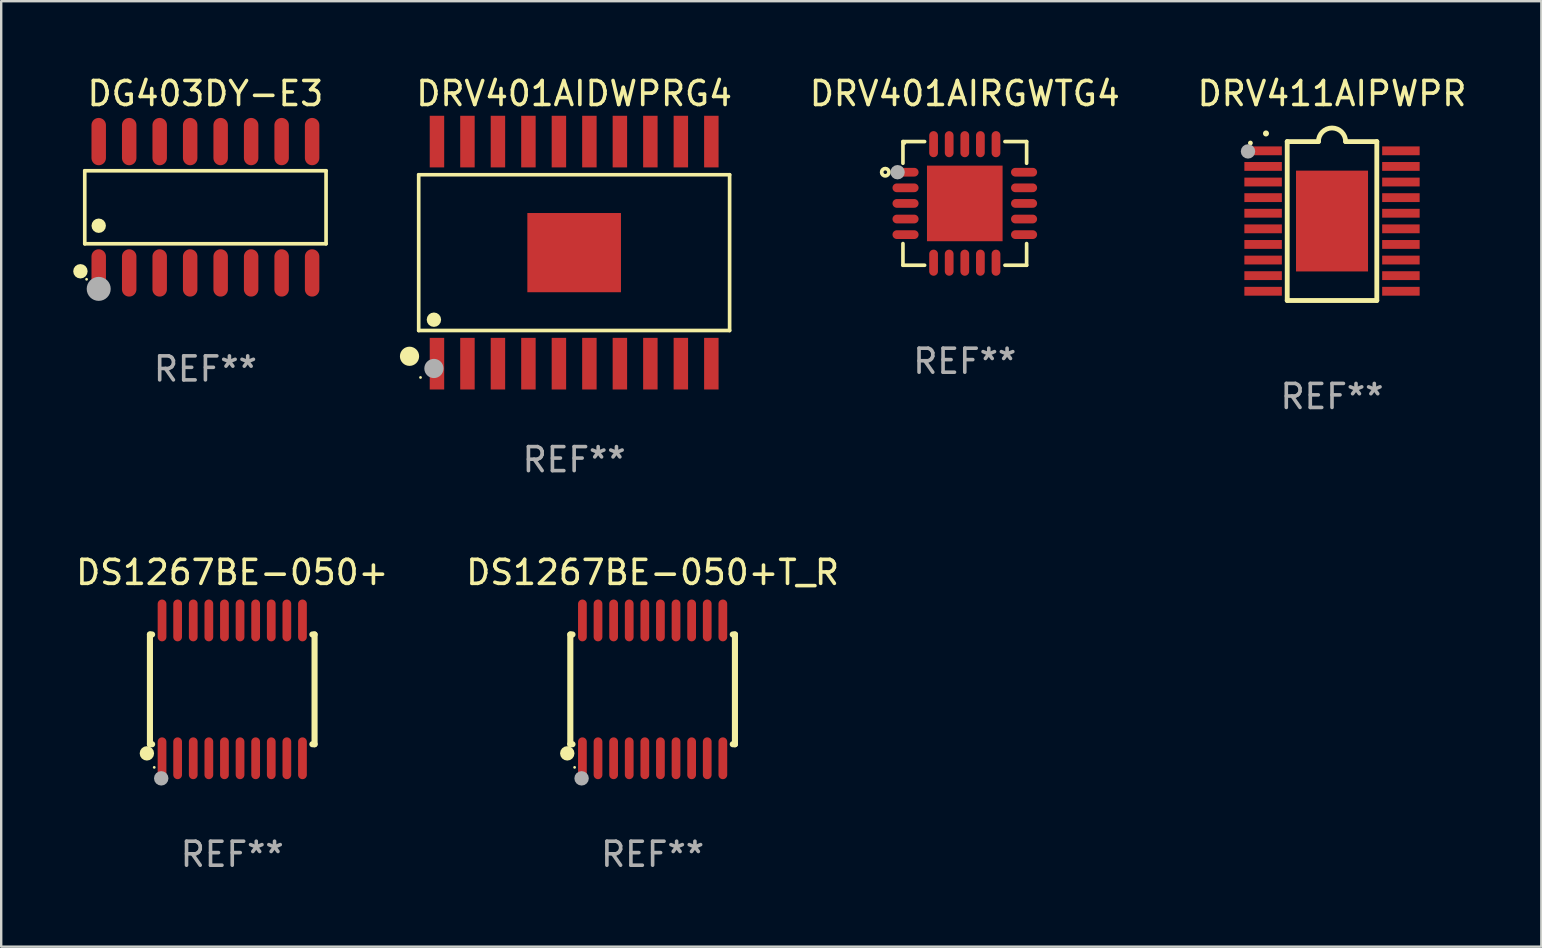
<source format=kicad_pcb>
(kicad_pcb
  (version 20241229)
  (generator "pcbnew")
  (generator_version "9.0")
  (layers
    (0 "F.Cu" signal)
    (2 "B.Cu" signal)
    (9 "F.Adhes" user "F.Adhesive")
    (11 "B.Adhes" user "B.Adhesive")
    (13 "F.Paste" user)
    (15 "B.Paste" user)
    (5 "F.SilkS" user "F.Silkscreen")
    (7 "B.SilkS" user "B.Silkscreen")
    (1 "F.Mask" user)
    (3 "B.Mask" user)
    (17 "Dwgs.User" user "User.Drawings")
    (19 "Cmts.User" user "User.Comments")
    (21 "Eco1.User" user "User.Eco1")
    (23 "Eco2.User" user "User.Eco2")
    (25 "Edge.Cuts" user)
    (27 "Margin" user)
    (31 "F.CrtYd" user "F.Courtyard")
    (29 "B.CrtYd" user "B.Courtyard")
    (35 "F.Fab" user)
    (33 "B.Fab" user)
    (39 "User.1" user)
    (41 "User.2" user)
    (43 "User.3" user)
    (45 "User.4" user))
  (footprint "DRV401AIDWPRG4"
    (layer "F.Cu")
    (at 20.868 7.474)
    (property "Reference" "DRV401AIDWPRG4" (at 0 -6.626 0) (layer "F.SilkS") (effects (font (size 1 1) (thickness 0.15))))
    (attr through_hole)
    (fp_line (start -6.476 -3.245) (end 6.476 -3.245) (stroke (width 0.152) (type solid)) (layer "F.SilkS"))
    (fp_line (start -6.476 3.245) (end -6.476 -3.245) (stroke (width 0.152) (type solid)) (layer "F.SilkS"))
    (fp_line (start 6.476 -3.245) (end 6.476 3.245) (stroke (width 0.152) (type solid)) (layer "F.SilkS"))
    (fp_line (start 6.476 3.245) (end -6.476 3.245) (stroke (width 0.152) (type solid)) (layer "F.SilkS"))
    (fp_circle (center -6.858 4.318) (end -6.658 4.318) (stroke (width 0.4) (type solid)) (fill no) (layer "F.SilkS"))
    (fp_circle (center -6.4 5.2) (end -6.37 5.2) (stroke (width 0.06) (type solid)) (fill no) (layer "F.SilkS"))
    (fp_circle (center -5.842 2.794) (end -5.692 2.794) (stroke (width 0.3) (type solid)) (fill no) (layer "F.SilkS"))
    (fp_circle (center -5.842 4.826) (end -5.642 4.826) (stroke (width 0.4) (type solid)) (fill no) (layer "F.Fab"))
    (fp_text user "REF**" (at 0 8.626 0) (layer "F.Fab") (effects (font (size 1 1) (thickness 0.15))))
    (pad "1" smd rect (at -5.715 4.626) (size 0.602 2.151) (layers "F.Cu" "F.Mask" "F.Paste"))
    (pad "2" smd rect (at -4.445 4.626) (size 0.602 2.151) (layers "F.Cu" "F.Mask" "F.Paste"))
    (pad "3" smd rect (at -3.175 4.626) (size 0.602 2.151) (layers "F.Cu" "F.Mask" "F.Paste"))
    (pad "4" smd rect (at -1.905 4.626) (size 0.602 2.151) (layers "F.Cu" "F.Mask" "F.Paste"))
    (pad "5" smd rect (at -0.635 4.626) (size 0.602 2.151) (layers "F.Cu" "F.Mask" "F.Paste"))
    (pad "6" smd rect (at 0.635 4.626) (size 0.602 2.151) (layers "F.Cu" "F.Mask" "F.Paste"))
    (pad "7" smd rect (at 1.905 4.626) (size 0.602 2.151) (layers "F.Cu" "F.Mask" "F.Paste"))
    (pad "8" smd rect (at 3.175 4.626) (size 0.602 2.151) (layers "F.Cu" "F.Mask" "F.Paste"))
    (pad "9" smd rect (at 4.445 4.626) (size 0.602 2.151) (layers "F.Cu" "F.Mask" "F.Paste"))
    (pad "10" smd rect (at 5.715 4.626) (size 0.602 2.151) (layers "F.Cu" "F.Mask" "F.Paste"))
    (pad "11" smd rect (at 5.715 -4.626) (size 0.602 2.151) (layers "F.Cu" "F.Mask" "F.Paste"))
    (pad "12" smd rect (at 4.445 -4.626) (size 0.602 2.151) (layers "F.Cu" "F.Mask" "F.Paste"))
    (pad "13" smd rect (at 3.175 -4.626) (size 0.602 2.151) (layers "F.Cu" "F.Mask" "F.Paste"))
    (pad "14" smd rect (at 1.905 -4.626) (size 0.602 2.151) (layers "F.Cu" "F.Mask" "F.Paste"))
    (pad "15" smd rect (at 0.635 -4.626) (size 0.602 2.151) (layers "F.Cu" "F.Mask" "F.Paste"))
    (pad "16" smd rect (at -0.635 -4.626) (size 0.602 2.151) (layers "F.Cu" "F.Mask" "F.Paste"))
    (pad "17" smd rect (at -1.905 -4.626) (size 0.602 2.151) (layers "F.Cu" "F.Mask" "F.Paste"))
    (pad "18" smd rect (at -3.175 -4.626) (size 0.602 2.151) (layers "F.Cu" "F.Mask" "F.Paste"))
    (pad "19" smd rect (at -4.445 -4.626) (size 0.602 2.151) (layers "F.Cu" "F.Mask" "F.Paste"))
    (pad "20" smd rect (at -5.715 -4.626) (size 0.602 2.151) (layers "F.Cu" "F.Mask" "F.Paste"))
    (pad "21" smd rect (at 0 0 90) (size 3.3 3.9) (layers "F.Cu" "F.Mask" "F.Paste")))
  (footprint "DS1267BE-050+T_R"
    (layer "F.Cu")
    (at 24.137 25.667)
    (property "Reference" "DS1267BE-050+T_R" (at 0 -4.871 0) (layer "F.SilkS") (effects (font (size 1 1) (thickness 0.15))))
    (attr through_hole)
    (fp_line (start -3.429 -2.286) (end -3.429 2.286) (stroke (width 0.254) (type solid)) (layer "F.SilkS"))
    (fp_line (start -3.429 2.286) (end -3.338 2.286) (stroke (width 0.254) (type solid)) (layer "F.SilkS"))
    (fp_line (start -3.338 -2.286) (end -3.429 -2.286) (stroke (width 0.254) (type solid)) (layer "F.SilkS"))
    (fp_line (start 3.338 -2.286) (end 3.429 -2.286) (stroke (width 0.254) (type solid)) (layer "F.SilkS"))
    (fp_line (start 3.429 -2.286) (end 3.429 2.286) (stroke (width 0.254) (type solid)) (layer "F.SilkS"))
    (fp_line (start 3.429 2.286) (end 3.338 2.286) (stroke (width 0.254) (type solid)) (layer "F.SilkS"))
    (fp_circle (center -3.556 2.667) (end -3.406 2.667) (stroke (width 0.3) (type solid)) (fill no) (layer "F.SilkS"))
    (fp_circle (center -3.25 3.25) (end -3.22 3.25) (stroke (width 0.06) (type solid)) (fill no) (layer "F.SilkS"))
    (fp_circle (center -2.959 3.707) (end -2.808 3.707) (stroke (width 0.3) (type solid)) (fill no) (layer "F.Fab"))
    (fp_text user "REF**" (at 0 6.871 0) (layer "F.Fab") (effects (font (size 1 1) (thickness 0.15))))
    (pad "1" smd oval (at -2.925 2.871) (size 0.364 1.742) (layers "F.Cu" "F.Mask" "F.Paste"))
    (pad "2" smd oval (at -2.275 2.871) (size 0.364 1.742) (layers "F.Cu" "F.Mask" "F.Paste"))
    (pad "3" smd oval (at -1.625 2.871) (size 0.364 1.742) (layers "F.Cu" "F.Mask" "F.Paste"))
    (pad "4" smd oval (at -0.975 2.871) (size 0.364 1.742) (layers "F.Cu" "F.Mask" "F.Paste"))
    (pad "5" smd oval (at -0.325 2.871) (size 0.364 1.742) (layers "F.Cu" "F.Mask" "F.Paste"))
    (pad "6" smd oval (at 0.325 2.871) (size 0.364 1.742) (layers "F.Cu" "F.Mask" "F.Paste"))
    (pad "7" smd oval (at 0.975 2.871) (size 0.364 1.742) (layers "F.Cu" "F.Mask" "F.Paste"))
    (pad "8" smd oval (at 1.625 2.871) (size 0.364 1.742) (layers "F.Cu" "F.Mask" "F.Paste"))
    (pad "9" smd oval (at 2.275 2.871) (size 0.364 1.742) (layers "F.Cu" "F.Mask" "F.Paste"))
    (pad "10" smd oval (at 2.925 2.871) (size 0.364 1.742) (layers "F.Cu" "F.Mask" "F.Paste"))
    (pad "11" smd oval (at 2.925 -2.871) (size 0.364 1.742) (layers "F.Cu" "F.Mask" "F.Paste"))
    (pad "12" smd oval (at 2.275 -2.871) (size 0.364 1.742) (layers "F.Cu" "F.Mask" "F.Paste"))
    (pad "13" smd oval (at 1.625 -2.871) (size 0.364 1.742) (layers "F.Cu" "F.Mask" "F.Paste"))
    (pad "14" smd oval (at 0.975 -2.871) (size 0.364 1.742) (layers "F.Cu" "F.Mask" "F.Paste"))
    (pad "15" smd oval (at 0.325 -2.871) (size 0.364 1.742) (layers "F.Cu" "F.Mask" "F.Paste"))
    (pad "16" smd oval (at -0.325 -2.871) (size 0.364 1.742) (layers "F.Cu" "F.Mask" "F.Paste"))
    (pad "17" smd oval (at -0.975 -2.871) (size 0.364 1.742) (layers "F.Cu" "F.Mask" "F.Paste"))
    (pad "18" smd oval (at -1.625 -2.871) (size 0.364 1.742) (layers "F.Cu" "F.Mask" "F.Paste"))
    (pad "19" smd oval (at -2.275 -2.871) (size 0.364 1.742) (layers "F.Cu" "F.Mask" "F.Paste"))
    (pad "20" smd oval (at -2.925 -2.871) (size 0.364 1.742) (layers "F.Cu" "F.Mask" "F.Paste")))
  (footprint "DRV401AIRGWTG4"
    (layer "F.Cu")
    (at 37.141 5.424)
    (property "Reference" "DRV401AIRGWTG4" (at 0 -4.576 0) (layer "F.SilkS") (effects (font (size 1 1) (thickness 0.15))))
    (attr through_hole)
    (fp_line (start -2.576 -2.576) (end -2.576 -1.673) (stroke (width 0.152) (type solid)) (layer "F.SilkS"))
    (fp_line (start -2.576 2.576) (end -2.576 1.673) (stroke (width 0.152) (type solid)) (layer "F.SilkS"))
    (fp_line (start -1.673 -2.576) (end -2.576 -2.576) (stroke (width 0.152) (type solid)) (layer "F.SilkS"))
    (fp_line (start -1.673 2.576) (end -2.576 2.576) (stroke (width 0.152) (type solid)) (layer "F.SilkS"))
    (fp_line (start 1.673 -2.576) (end 2.576 -2.576) (stroke (width 0.152) (type solid)) (layer "F.SilkS"))
    (fp_line (start 1.673 2.576) (end 2.576 2.576) (stroke (width 0.152) (type solid)) (layer "F.SilkS"))
    (fp_line (start 2.576 -2.576) (end 2.576 -1.673) (stroke (width 0.152) (type solid)) (layer "F.SilkS"))
    (fp_line (start 2.576 2.576) (end 2.576 1.673) (stroke (width 0.152) (type solid)) (layer "F.SilkS"))
    (fp_circle (center -3.312 -1.3) (end -3.236 -1.3) (stroke (width 0.153) (type solid)) (fill no) (layer "F.SilkS"))
    (fp_circle (center -2.5 -2.5) (end -2.47 -2.5) (stroke (width 0.06) (type solid)) (fill no) (layer "F.SilkS"))
    (fp_circle (center -2.8 -1.3) (end -2.65 -1.3) (stroke (width 0.3) (type solid)) (fill no) (layer "F.Fab"))
    (fp_text user "REF**" (at 0 6.576 0) (layer "F.Fab") (effects (font (size 1 1) (thickness 0.15))))
    (pad "1" smd oval (at -2.468 -1.3) (size 1.087 0.364) (layers "F.Cu" "F.Mask" "F.Paste"))
    (pad "2" smd oval (at -2.468 -0.65) (size 1.087 0.364) (layers "F.Cu" "F.Mask" "F.Paste"))
    (pad "3" smd oval (at -2.468 -0.000013) (size 1.087 0.364) (layers "F.Cu" "F.Mask" "F.Paste"))
    (pad "4" smd oval (at -2.468 0.65) (size 1.087 0.364) (layers "F.Cu" "F.Mask" "F.Paste"))
    (pad "5" smd oval (at -2.468 1.3) (size 1.087 0.364) (layers "F.Cu" "F.Mask" "F.Paste"))
    (pad "6" smd oval (at -1.3 2.469) (size 0.364 1.087) (layers "F.Cu" "F.Mask" "F.Paste"))
    (pad "7" smd oval (at -0.65 2.469) (size 0.364 1.087) (layers "F.Cu" "F.Mask" "F.Paste"))
    (pad "8" smd oval (at 0.000013 2.469) (size 0.364 1.087) (layers "F.Cu" "F.Mask" "F.Paste"))
    (pad "9" smd oval (at 0.65 2.469) (size 0.364 1.087) (layers "F.Cu" "F.Mask" "F.Paste"))
    (pad "10" smd oval (at 1.3 2.469) (size 0.364 1.087) (layers "F.Cu" "F.Mask" "F.Paste"))
    (pad "11" smd oval (at 2.469 1.3) (size 1.087 0.364) (layers "F.Cu" "F.Mask" "F.Paste"))
    (pad "12" smd oval (at 2.469 0.65) (size 1.087 0.364) (layers "F.Cu" "F.Mask" "F.Paste"))
    (pad "13" smd oval (at 2.469 -0.000013) (size 1.087 0.364) (layers "F.Cu" "F.Mask" "F.Paste"))
    (pad "14" smd oval (at 2.469 -0.65) (size 1.087 0.364) (layers "F.Cu" "F.Mask" "F.Paste"))
    (pad "15" smd oval (at 2.469 -1.3) (size 1.087 0.364) (layers "F.Cu" "F.Mask" "F.Paste"))
    (pad "16" smd oval (at 1.3 -2.468) (size 0.364 1.087) (layers "F.Cu" "F.Mask" "F.Paste"))
    (pad "17" smd oval (at 0.65 -2.468) (size 0.364 1.087) (layers "F.Cu" "F.Mask" "F.Paste"))
    (pad "18" smd oval (at 0.000013 -2.468) (size 0.364 1.087) (layers "F.Cu" "F.Mask" "F.Paste"))
    (pad "19" smd oval (at -0.65 -2.468) (size 0.364 1.087) (layers "F.Cu" "F.Mask" "F.Paste"))
    (pad "20" smd oval (at -1.3 -2.468) (size 0.364 1.087) (layers "F.Cu" "F.Mask" "F.Paste"))
    (pad "21" smd rect (at 0.000013 -0.000013) (size 3.15 3.15) (layers "F.Cu" "F.Mask" "F.Paste")))
  (footprint "DS1267BE-050+"
    (layer "F.Cu")
    (at 6.625 25.667)
    (property "Reference" "DS1267BE-050+" (at 0 -4.871 0) (layer "F.SilkS") (effects (font (size 1 1) (thickness 0.15))))
    (attr through_hole)
    (fp_line (start -3.429 -2.286) (end -3.429 2.286) (stroke (width 0.254) (type solid)) (layer "F.SilkS"))
    (fp_line (start -3.429 2.286) (end -3.338 2.286) (stroke (width 0.254) (type solid)) (layer "F.SilkS"))
    (fp_line (start -3.338 -2.286) (end -3.429 -2.286) (stroke (width 0.254) (type solid)) (layer "F.SilkS"))
    (fp_line (start 3.338 -2.286) (end 3.429 -2.286) (stroke (width 0.254) (type solid)) (layer "F.SilkS"))
    (fp_line (start 3.429 -2.286) (end 3.429 2.286) (stroke (width 0.254) (type solid)) (layer "F.SilkS"))
    (fp_line (start 3.429 2.286) (end 3.338 2.286) (stroke (width 0.254) (type solid)) (layer "F.SilkS"))
    (fp_circle (center -3.556 2.667) (end -3.406 2.667) (stroke (width 0.3) (type solid)) (fill no) (layer "F.SilkS"))
    (fp_circle (center -3.25 3.25) (end -3.22 3.25) (stroke (width 0.06) (type solid)) (fill no) (layer "F.SilkS"))
    (fp_circle (center -2.959 3.707) (end -2.808 3.707) (stroke (width 0.3) (type solid)) (fill no) (layer "F.Fab"))
    (fp_text user "REF**" (at 0 6.871 0) (layer "F.Fab") (effects (font (size 1 1) (thickness 0.15))))
    (pad "1" smd oval (at -2.925 2.871) (size 0.364 1.742) (layers "F.Cu" "F.Mask" "F.Paste"))
    (pad "2" smd oval (at -2.275 2.871) (size 0.364 1.742) (layers "F.Cu" "F.Mask" "F.Paste"))
    (pad "3" smd oval (at -1.625 2.871) (size 0.364 1.742) (layers "F.Cu" "F.Mask" "F.Paste"))
    (pad "4" smd oval (at -0.975 2.871) (size 0.364 1.742) (layers "F.Cu" "F.Mask" "F.Paste"))
    (pad "5" smd oval (at -0.325 2.871) (size 0.364 1.742) (layers "F.Cu" "F.Mask" "F.Paste"))
    (pad "6" smd oval (at 0.325 2.871) (size 0.364 1.742) (layers "F.Cu" "F.Mask" "F.Paste"))
    (pad "7" smd oval (at 0.975 2.871) (size 0.364 1.742) (layers "F.Cu" "F.Mask" "F.Paste"))
    (pad "8" smd oval (at 1.625 2.871) (size 0.364 1.742) (layers "F.Cu" "F.Mask" "F.Paste"))
    (pad "9" smd oval (at 2.275 2.871) (size 0.364 1.742) (layers "F.Cu" "F.Mask" "F.Paste"))
    (pad "10" smd oval (at 2.925 2.871) (size 0.364 1.742) (layers "F.Cu" "F.Mask" "F.Paste"))
    (pad "11" smd oval (at 2.925 -2.871) (size 0.364 1.742) (layers "F.Cu" "F.Mask" "F.Paste"))
    (pad "12" smd oval (at 2.275 -2.871) (size 0.364 1.742) (layers "F.Cu" "F.Mask" "F.Paste"))
    (pad "13" smd oval (at 1.625 -2.871) (size 0.364 1.742) (layers "F.Cu" "F.Mask" "F.Paste"))
    (pad "14" smd oval (at 0.975 -2.871) (size 0.364 1.742) (layers "F.Cu" "F.Mask" "F.Paste"))
    (pad "15" smd oval (at 0.325 -2.871) (size 0.364 1.742) (layers "F.Cu" "F.Mask" "F.Paste"))
    (pad "16" smd oval (at -0.325 -2.871) (size 0.364 1.742) (layers "F.Cu" "F.Mask" "F.Paste"))
    (pad "17" smd oval (at -0.975 -2.871) (size 0.364 1.742) (layers "F.Cu" "F.Mask" "F.Paste"))
    (pad "18" smd oval (at -1.625 -2.871) (size 0.364 1.742) (layers "F.Cu" "F.Mask" "F.Paste"))
    (pad "19" smd oval (at -2.275 -2.871) (size 0.364 1.742) (layers "F.Cu" "F.Mask" "F.Paste"))
    (pad "20" smd oval (at -2.925 -2.871) (size 0.364 1.742) (layers "F.Cu" "F.Mask" "F.Paste")))
  (footprint "DRV411AIPWPR"
    (layer "F.Cu")
    (at 52.439 6.158)
    (property "Reference" "DRV411AIPWPR" (at 0 -5.31 0) (layer "F.SilkS") (effects (font (size 1 1) (thickness 0.15))))
    (attr through_hole)
    (fp_line (start -1.866 -3.31) (end -1.866 3.31) (stroke (width 0.201) (type solid)) (layer "F.SilkS"))
    (fp_line (start -1.866 -3.31) (end -0.566 -3.31) (stroke (width 0.201) (type solid)) (layer "F.SilkS"))
    (fp_line (start 1.866 -3.31) (end 0.566 -3.31) (stroke (width 0.201) (type solid)) (layer "F.SilkS"))
    (fp_line (start 1.866 -3.31) (end 1.866 3.31) (stroke (width 0.201) (type solid)) (layer "F.SilkS"))
    (fp_line (start 1.866 3.31) (end -1.866 3.31) (stroke (width 0.201) (type solid)) (layer "F.SilkS"))
    (fp_arc (start -2.750749 -3.647447) (mid -2.750755 -3.648717) (end -2.750749 -3.649987) (stroke (width 0.24892) (type solid)) (layer "F.SilkS"))
    (fp_arc (start -0.566345 -3.309627) (mid -0.000114 -3.876048) (end 0.566497 -3.310008) (stroke (width 0.20066) (type solid)) (layer "F.SilkS"))
    (fp_circle (center -3.4 -3.25) (end -3.35 -3.25) (stroke (width 0.1) (type solid)) (fill no) (layer "F.SilkS"))
    (fp_circle (center -3.5 -2.9) (end -3.35 -2.9) (stroke (width 0.3) (type solid)) (fill no) (layer "F.Fab"))
    (fp_text user "REF**" (at 0 7.31 0) (layer "F.Fab") (effects (font (size 1 1) (thickness 0.15))))
    (pad "1" smd rect (at -2.87 -2.925 90) (size 0.368 1.562) (layers "F.Cu" "F.Mask" "F.Paste"))
    (pad "2" smd rect (at -2.87 -2.275 90) (size 0.368 1.562) (layers "F.Cu" "F.Mask" "F.Paste"))
    (pad "3" smd rect (at -2.87 -1.625 90) (size 0.368 1.562) (layers "F.Cu" "F.Mask" "F.Paste"))
    (pad "4" smd rect (at -2.87 -0.975 90) (size 0.368 1.562) (layers "F.Cu" "F.Mask" "F.Paste"))
    (pad "5" smd rect (at -2.87 -0.325 90) (size 0.368 1.562) (layers "F.Cu" "F.Mask" "F.Paste"))
    (pad "6" smd rect (at -2.87 0.325 90) (size 0.368 1.562) (layers "F.Cu" "F.Mask" "F.Paste"))
    (pad "7" smd rect (at -2.87 0.975 90) (size 0.368 1.562) (layers "F.Cu" "F.Mask" "F.Paste"))
    (pad "8" smd rect (at -2.87 1.625 90) (size 0.368 1.562) (layers "F.Cu" "F.Mask" "F.Paste"))
    (pad "9" smd rect (at -2.87 2.275 90) (size 0.368 1.562) (layers "F.Cu" "F.Mask" "F.Paste"))
    (pad "10" smd rect (at -2.87 2.925 90) (size 0.368 1.562) (layers "F.Cu" "F.Mask" "F.Paste"))
    (pad "11" smd rect (at 2.87 2.925 90) (size 0.368 1.562) (layers "F.Cu" "F.Mask" "F.Paste"))
    (pad "12" smd rect (at 2.87 2.275 90) (size 0.368 1.562) (layers "F.Cu" "F.Mask" "F.Paste"))
    (pad "13" smd rect (at 2.87 1.625 90) (size 0.368 1.562) (layers "F.Cu" "F.Mask" "F.Paste"))
    (pad "14" smd rect (at 2.87 0.975 90) (size 0.368 1.562) (layers "F.Cu" "F.Mask" "F.Paste"))
    (pad "15" smd rect (at 2.87 0.325 90) (size 0.368 1.562) (layers "F.Cu" "F.Mask" "F.Paste"))
    (pad "16" smd rect (at 2.87 -0.325 90) (size 0.368 1.562) (layers "F.Cu" "F.Mask" "F.Paste"))
    (pad "17" smd rect (at 2.87 -0.975 90) (size 0.368 1.562) (layers "F.Cu" "F.Mask" "F.Paste"))
    (pad "18" smd rect (at 2.87 -1.625 90) (size 0.368 1.562) (layers "F.Cu" "F.Mask" "F.Paste"))
    (pad "19" smd rect (at 2.87 -2.275 90) (size 0.368 1.562) (layers "F.Cu" "F.Mask" "F.Paste"))
    (pad "20" smd rect (at 2.87 -2.925 90) (size 0.368 1.562) (layers "F.Cu" "F.Mask" "F.Paste"))
    (pad "21" smd rect (at 0 0.000025) (size 3 4.2) (layers "F.Cu" "F.Mask" "F.Paste")))
  (footprint "DG403DY-E3"
    (layer "F.Cu")
    (at 5.507 5.584)
    (property "Reference" "DG403DY-E3" (at 0 -4.736 0) (layer "F.SilkS") (effects (font (size 1 1) (thickness 0.15))))
    (attr through_hole)
    (fp_line (start -5.026 -1.521) (end 5.026 -1.521) (stroke (width 0.152) (type solid)) (layer "F.SilkS"))
    (fp_line (start -5.026 1.521) (end -5.026 -1.521) (stroke (width 0.152) (type solid)) (layer "F.SilkS"))
    (fp_line (start 5.026 -1.521) (end 5.026 1.521) (stroke (width 0.152) (type solid)) (layer "F.SilkS"))
    (fp_line (start 5.026 1.521) (end -5.026 1.521) (stroke (width 0.152) (type solid)) (layer "F.SilkS"))
    (fp_circle (center -5.207 2.667) (end -5.057 2.667) (stroke (width 0.3) (type solid)) (fill no) (layer "F.SilkS"))
    (fp_circle (center -4.95 3) (end -4.92 3) (stroke (width 0.06) (type solid)) (fill no) (layer "F.SilkS"))
    (fp_circle (center -4.445 0.769) (end -4.295 0.769) (stroke (width 0.3) (type solid)) (fill no) (layer "F.SilkS"))
    (fp_circle (center -4.445 3.4) (end -4.195 3.4) (stroke (width 0.5) (type solid)) (fill no) (layer "F.Fab"))
    (fp_text user "REF**" (at 0 6.736 0) (layer "F.Fab") (effects (font (size 1 1) (thickness 0.15))))
    (pad "1" smd oval (at -4.445 2.736) (size 0.602 1.971) (layers "F.Cu" "F.Mask" "F.Paste"))
    (pad "2" smd oval (at -3.175 2.736) (size 0.602 1.971) (layers "F.Cu" "F.Mask" "F.Paste"))
    (pad "3" smd oval (at -1.905 2.736) (size 0.602 1.971) (layers "F.Cu" "F.Mask" "F.Paste"))
    (pad "4" smd oval (at -0.635 2.736) (size 0.602 1.971) (layers "F.Cu" "F.Mask" "F.Paste"))
    (pad "5" smd oval (at 0.635 2.736) (size 0.602 1.971) (layers "F.Cu" "F.Mask" "F.Paste"))
    (pad "6" smd oval (at 1.905 2.736) (size 0.602 1.971) (layers "F.Cu" "F.Mask" "F.Paste"))
    (pad "7" smd oval (at 3.175 2.736) (size 0.602 1.971) (layers "F.Cu" "F.Mask" "F.Paste"))
    (pad "8" smd oval (at 4.445 2.736) (size 0.602 1.971) (layers "F.Cu" "F.Mask" "F.Paste"))
    (pad "9" smd oval (at 4.445 -2.736) (size 0.602 1.971) (layers "F.Cu" "F.Mask" "F.Paste"))
    (pad "10" smd oval (at 3.175 -2.736) (size 0.602 1.971) (layers "F.Cu" "F.Mask" "F.Paste"))
    (pad "11" smd oval (at 1.905 -2.736) (size 0.602 1.971) (layers "F.Cu" "F.Mask" "F.Paste"))
    (pad "12" smd oval (at 0.635 -2.736) (size 0.602 1.971) (layers "F.Cu" "F.Mask" "F.Paste"))
    (pad "13" smd oval (at -0.635 -2.736) (size 0.602 1.971) (layers "F.Cu" "F.Mask" "F.Paste"))
    (pad "14" smd oval (at -1.905 -2.736) (size 0.602 1.971) (layers "F.Cu" "F.Mask" "F.Paste"))
    (pad "15" smd oval (at -3.175 -2.736) (size 0.602 1.971) (layers "F.Cu" "F.Mask" "F.Paste"))
    (pad "16" smd oval (at -4.445 -2.736) (size 0.602 1.971) (layers "F.Cu" "F.Mask" "F.Paste")))
  (gr_rect
    (start -3 -3)
    (end 61.159 36.386)
    (stroke (width 0.1) (type default))
    (fill no)
    (layer "Edge.Cuts")))
</source>
